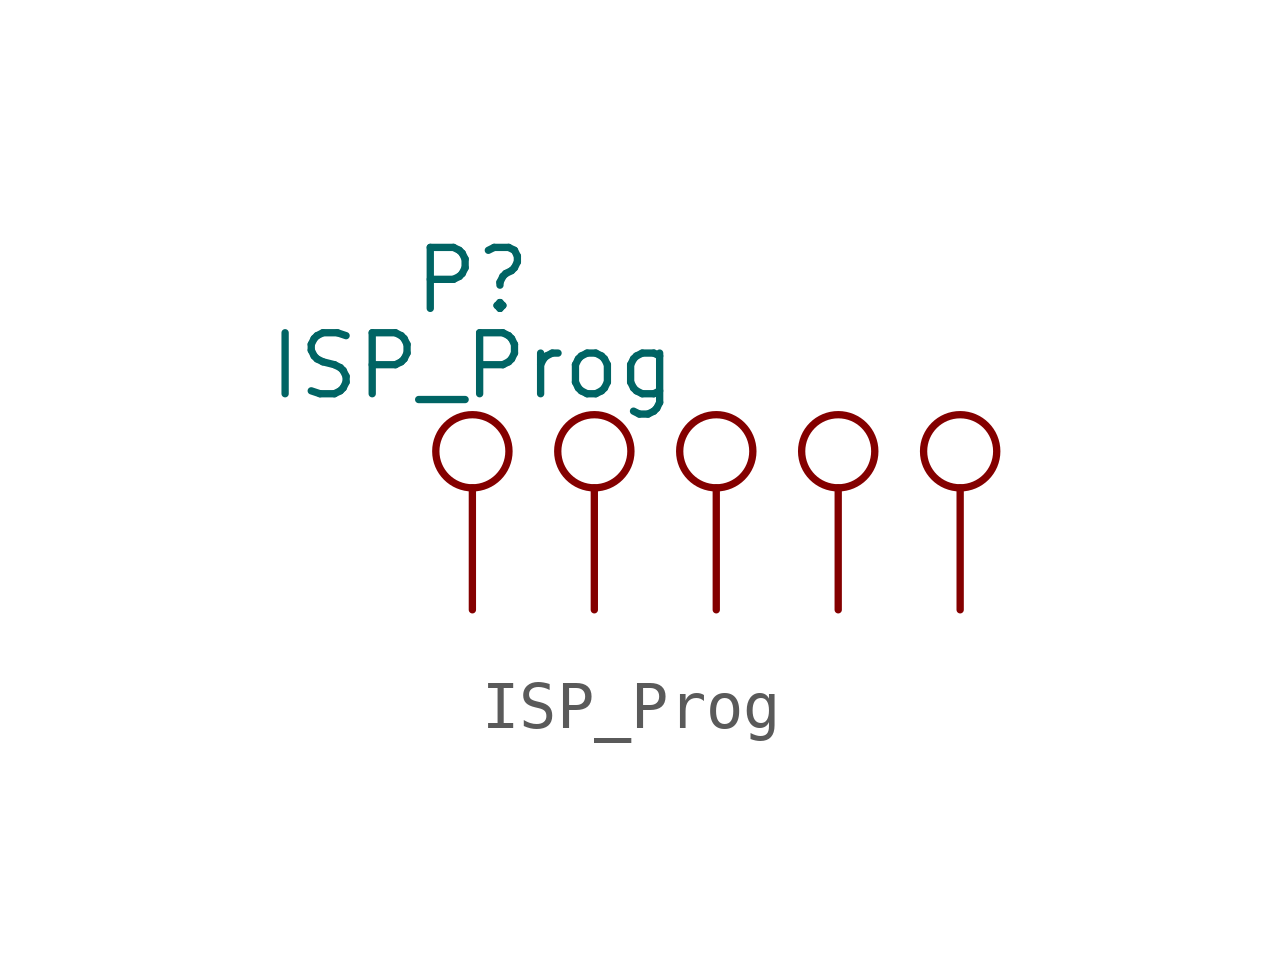
<source format=kicad_sym>
(kicad_symbol_lib
  (version 20220914)
  (generator kicad_symbol_editor)
  (symbol "ISP_Prog"
    (pin_numbers hide)
    (pin_names
      (offset 0.762) hide)
    (property "Reference" "P"
      (at 0 6.858 0)
      (effects (font (size 1.27 1.27))))
    (property "Value" "ISP_Prog"
      (at 0 5.08 0)
      (effects (font (size 1.27 1.27))))
    (symbol "ISP_Prog_0_1"
      (circle (center 0 3.302) (radius 0.762) (stroke (width 0) (type default)) (fill (type none)))
      (circle (center 2.54 3.302) (radius 0.762) (stroke (width 0) (type default)) (fill (type none)))
      (circle (center 5.08 3.302) (radius 0.762) (stroke (width 0) (type default)) (fill (type none)))
      (circle (center 7.62 3.302) (radius 0.762) (stroke (width 0) (type default)) (fill (type none)))
      (circle (center 10.16 3.302) (radius 0.762) (stroke (width 0) (type default)) (fill (type none))))
    (symbol "ISP_Prog_1_1"
      (pin power_in line (at 0 0 90) (length 2.54) (name "VDD" (effects (font (size 1.27 1.27)))) (number "1" (effects (font (size 1.27 1.27)))))
      (pin passive line (at 2.54 0 90) (length 2.54) (name "SWCLK" (effects (font (size 1.27 1.27)))) (number "2" (effects (font (size 1.27 1.27)))))
      (pin passive line (at 5.08 0 90) (length 2.54) (name "SWDIO" (effects (font (size 1.27 1.27)))) (number "3" (effects (font (size 1.27 1.27)))))
      (pin passive line (at 7.62 0 90) (length 2.54) (name "SWO" (effects (font (size 1.27 1.27)))) (number "4" (effects (font (size 1.27 1.27)))))
      (pin power_in line (at 10.16 0 90) (length 2.54) (name "GND" (effects (font (size 1.27 1.27)))) (number "5" (effects (font (size 1.27 1.27))))))))
</source>
